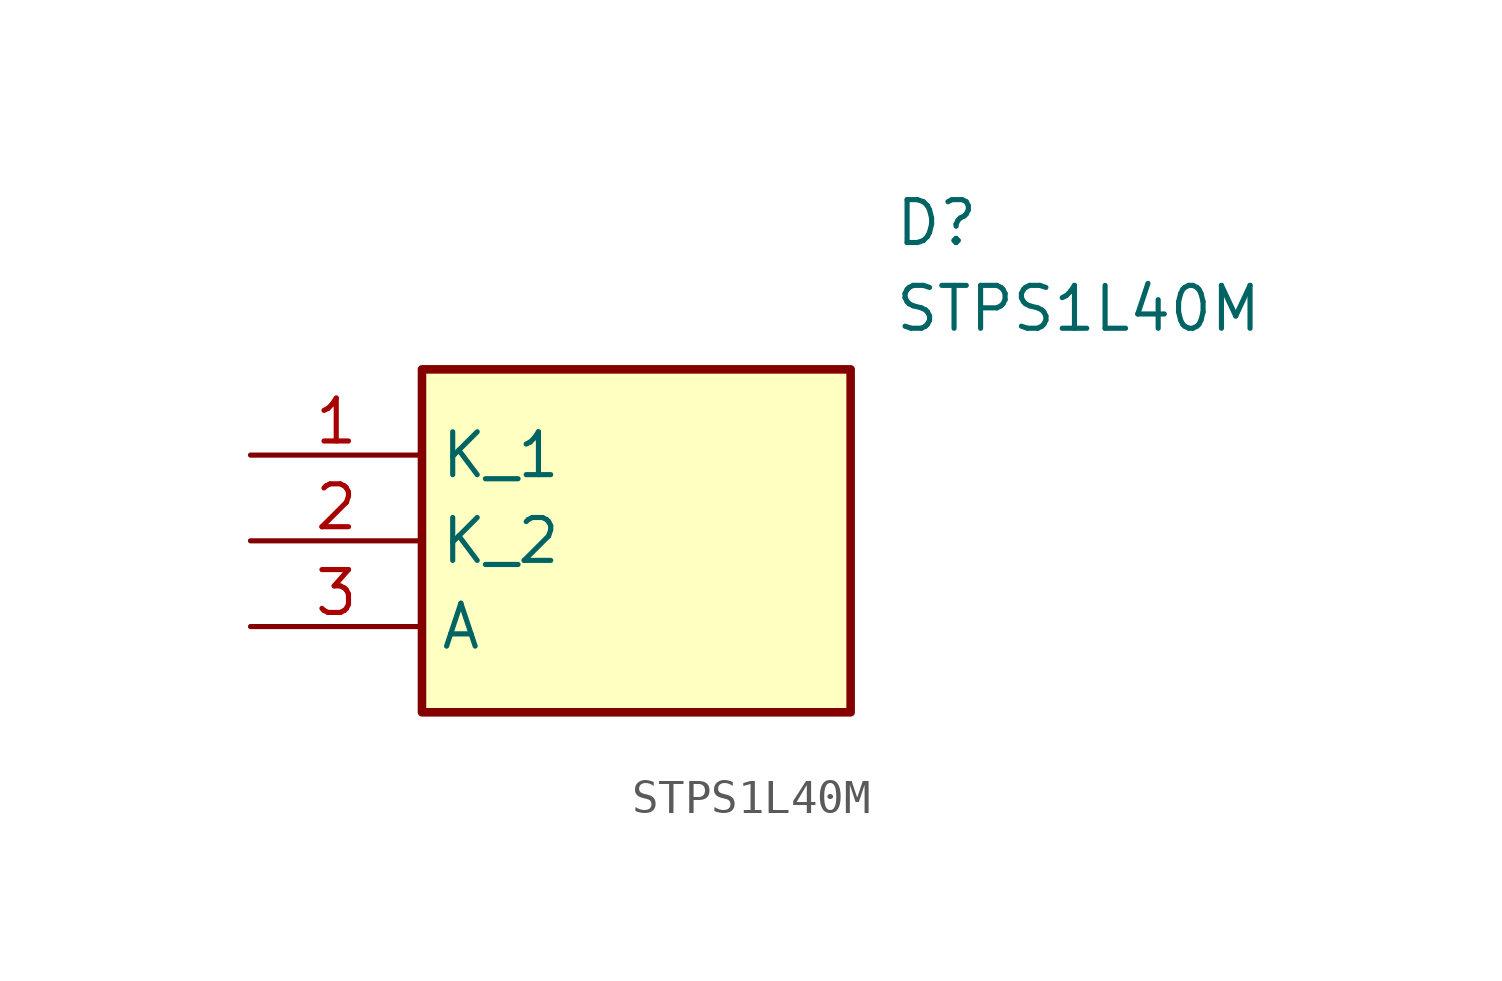
<source format=kicad_sym>
(kicad_symbol_lib
  (version 20241209)
  (generator "kicad_symbol_editor")
  (generator_version "9.0")
  (symbol "STPS1L40M"
    (property "Reference" "D"
      (at 19.05 7.62 0)
      (effects (font (size 1.27 1.27)) (justify left top)))
    (property "Value" "STPS1L40M"
      (at 19.05 5.08 0)
      (effects (font (size 1.27 1.27)) (justify left top)))
    (symbol "STPS1L40M_1_1"
      (rectangle (start 5.08 2.54) (end 17.78 -7.62) (stroke (width 0.254) (type default)) (fill (type background)))
      (pin passive line (at 0 0 0) (length 5.08) (name "K_1" (effects (font (size 1.27 1.27)))) (number "1" (effects (font (size 1.27 1.27)))))
      (pin passive line (at 0 -2.54 0) (length 5.08) (name "K_2" (effects (font (size 1.27 1.27)))) (number "2" (effects (font (size 1.27 1.27)))))
      (pin passive line (at 0 -5.08 0) (length 5.08) (name "A" (effects (font (size 1.27 1.27)))) (number "3" (effects (font (size 1.27 1.27))))))))
</source>
